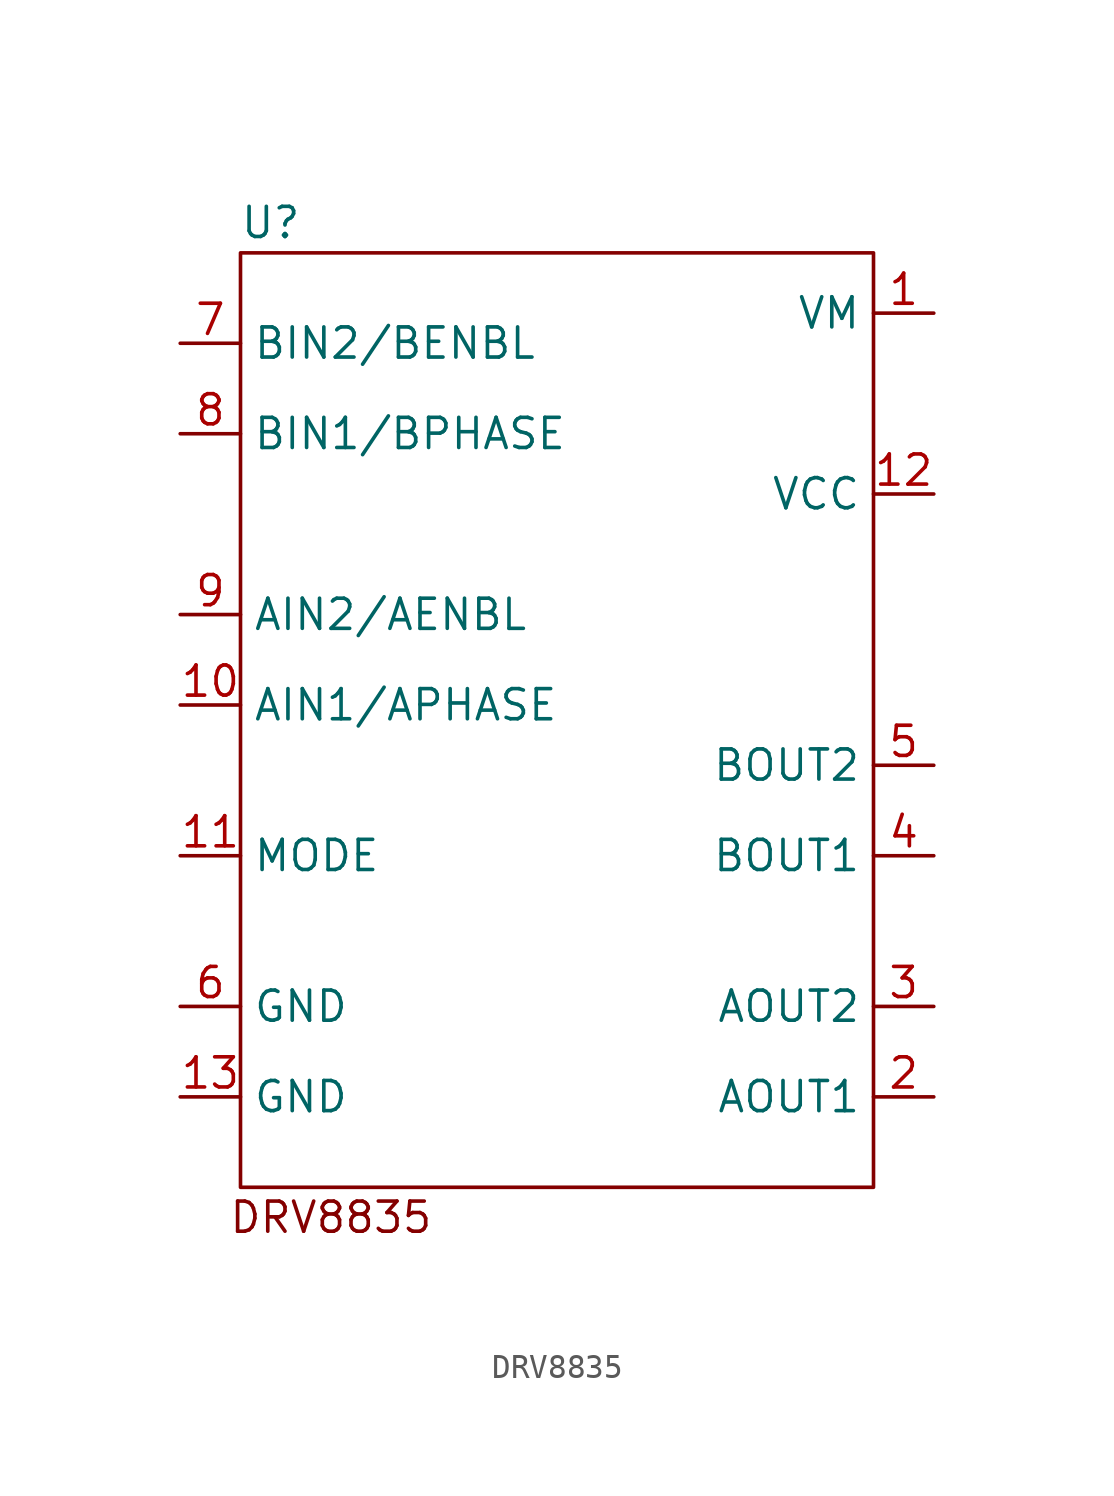
<source format=kicad_sym>
(kicad_symbol_lib
  (version 20220914)
  (generator kicad_symbol_editor)
  (symbol "DRV8835"
    (property "Reference" "U"
      (at -8.89 16.51 0)
      (effects (font (size 1.27 1.27))))
    (property "Value" ""
      (at 0 0 0)
      (effects (font (size 1.27 1.27))))
    (symbol "DRV8835_0_1"
      (rectangle (start -10.16 15.24) (end 16.51 -24.13) (stroke (width 0) (type default)) (fill (type none))))
    (symbol "DRV8835_1_1"
      (text "DRV8835\n" (at -6.35 -25.4 0) (effects (font (size 1.27 1.27))))
      (pin power_in line (at 19.05 12.7 180) (length 2.54) (name "VM" (effects (font (size 1.27 1.27)))) (number "1" (effects (font (size 1.27 1.27)))))
      (pin input line (at -12.7 -3.81 0) (length 2.54) (name "AIN1/APHASE" (effects (font (size 1.27 1.27)))) (number "10" (effects (font (size 1.27 1.27)))))
      (pin input line (at -12.7 -10.16 0) (length 2.54) (name "MODE" (effects (font (size 1.27 1.27)))) (number "11" (effects (font (size 1.27 1.27)))))
      (pin power_in line (at 19.05 5.08 180) (length 2.54) (name "VCC" (effects (font (size 1.27 1.27)))) (number "12" (effects (font (size 1.27 1.27)))))
      (pin input line (at -12.7 -20.32 0) (length 2.54) (name "GND" (effects (font (size 1.27 1.27)))) (number "13" (effects (font (size 1.27 1.27)))))
      (pin output line (at 19.05 -20.32 180) (length 2.54) (name "AOUT1" (effects (font (size 1.27 1.27)))) (number "2" (effects (font (size 1.27 1.27)))))
      (pin output line (at 19.05 -16.51 180) (length 2.54) (name "AOUT2" (effects (font (size 1.27 1.27)))) (number "3" (effects (font (size 1.27 1.27)))))
      (pin output line (at 19.05 -10.16 180) (length 2.54) (name "BOUT1" (effects (font (size 1.27 1.27)))) (number "4" (effects (font (size 1.27 1.27)))))
      (pin output line (at 19.05 -6.35 180) (length 2.54) (name "BOUT2" (effects (font (size 1.27 1.27)))) (number "5" (effects (font (size 1.27 1.27)))))
      (pin input line (at -12.7 -16.51 0) (length 2.54) (name "GND" (effects (font (size 1.27 1.27)))) (number "6" (effects (font (size 1.27 1.27)))))
      (pin input line (at -12.7 11.43 0) (length 2.54) (name "BIN2/BENBL" (effects (font (size 1.27 1.27)))) (number "7" (effects (font (size 1.27 1.27)))))
      (pin input line (at -12.7 7.62 0) (length 2.54) (name "BIN1/BPHASE" (effects (font (size 1.27 1.27)))) (number "8" (effects (font (size 1.27 1.27)))))
      (pin input line (at -12.7 0 0) (length 2.54) (name "AIN2/AENBL" (effects (font (size 1.27 1.27)))) (number "9" (effects (font (size 1.27 1.27))))))))
</source>
